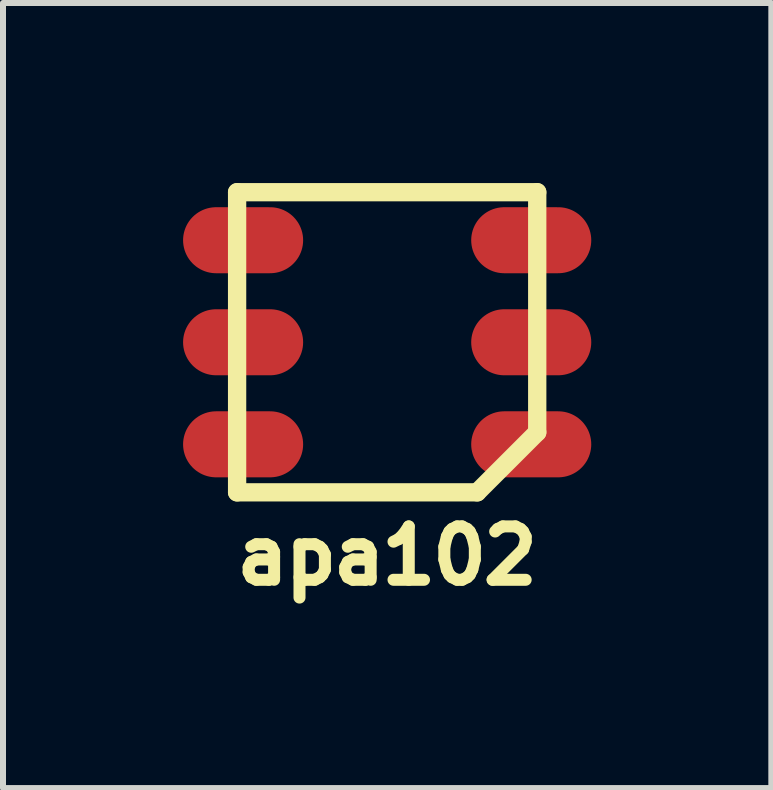
<source format=kicad_pcb>
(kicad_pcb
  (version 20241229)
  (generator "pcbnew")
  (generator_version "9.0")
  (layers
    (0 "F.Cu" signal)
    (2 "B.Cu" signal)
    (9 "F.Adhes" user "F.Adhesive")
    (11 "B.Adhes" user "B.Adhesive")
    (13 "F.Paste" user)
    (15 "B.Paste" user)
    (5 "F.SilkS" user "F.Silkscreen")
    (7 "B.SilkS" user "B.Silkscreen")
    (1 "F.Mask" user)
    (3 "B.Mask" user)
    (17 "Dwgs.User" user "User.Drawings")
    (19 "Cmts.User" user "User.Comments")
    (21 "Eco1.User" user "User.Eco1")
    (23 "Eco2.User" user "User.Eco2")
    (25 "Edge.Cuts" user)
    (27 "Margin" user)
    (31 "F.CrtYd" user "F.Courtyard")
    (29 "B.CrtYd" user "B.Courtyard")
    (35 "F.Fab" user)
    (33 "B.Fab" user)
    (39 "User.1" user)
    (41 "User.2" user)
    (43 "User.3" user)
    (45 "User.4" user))
  (footprint "apa102"
    (layer "F.Cu")
    (at 3.4 2.652)
    (property "Reference" "apa102" (at 0 3.556 0) (layer "F.SilkS") (effects (font (size 0.889 0.889) (thickness 0.2))))
    (attr through_hole)
    (fp_line (start -2.5 -2.5) (end -2.5 2.5) (stroke (width 0.305) (type solid)) (layer "F.SilkS"))
    (fp_line (start -2.5 -2.5) (end 2.5 -2.5) (stroke (width 0.305) (type solid)) (layer "F.SilkS"))
    (fp_line (start -2.5 2.5) (end 1.5 2.5) (stroke (width 0.305) (type solid)) (layer "F.SilkS"))
    (fp_line (start 1.5 2.5) (end 2.5 1.5) (stroke (width 0.305) (type solid)) (layer "F.SilkS"))
    (fp_line (start 2.5 -2.5) (end 2.5 1.5) (stroke (width 0.305) (type solid)) (layer "F.SilkS"))
    (pad "1" smd oval (at 2.4 1.7) (size 2 1.1) (layers "F.Cu" "F.Mask" "F.Paste"))
    (pad "2" smd oval (at 2.4 0) (size 2 1.1) (layers "F.Cu" "F.Mask" "F.Paste"))
    (pad "3" smd oval (at 2.4 -1.7) (size 2 1.1) (layers "F.Cu" "F.Mask" "F.Paste"))
    (pad "4" smd oval (at -2.4 -1.7 180) (size 2 1.1) (layers "F.Cu" "F.Mask" "F.Paste"))
    (pad "5" smd oval (at -2.4 0 180) (size 2 1.1) (layers "F.Cu" "F.Mask" "F.Paste"))
    (pad "6" smd oval (at -2.4 1.7 180) (size 2 1.1) (layers "F.Cu" "F.Mask" "F.Paste")))
  (gr_rect
    (start -3 -3)
    (end 9.8 10.079)
    (stroke (width 0.1) (type default))
    (fill no)
    (layer "Edge.Cuts")))
</source>
